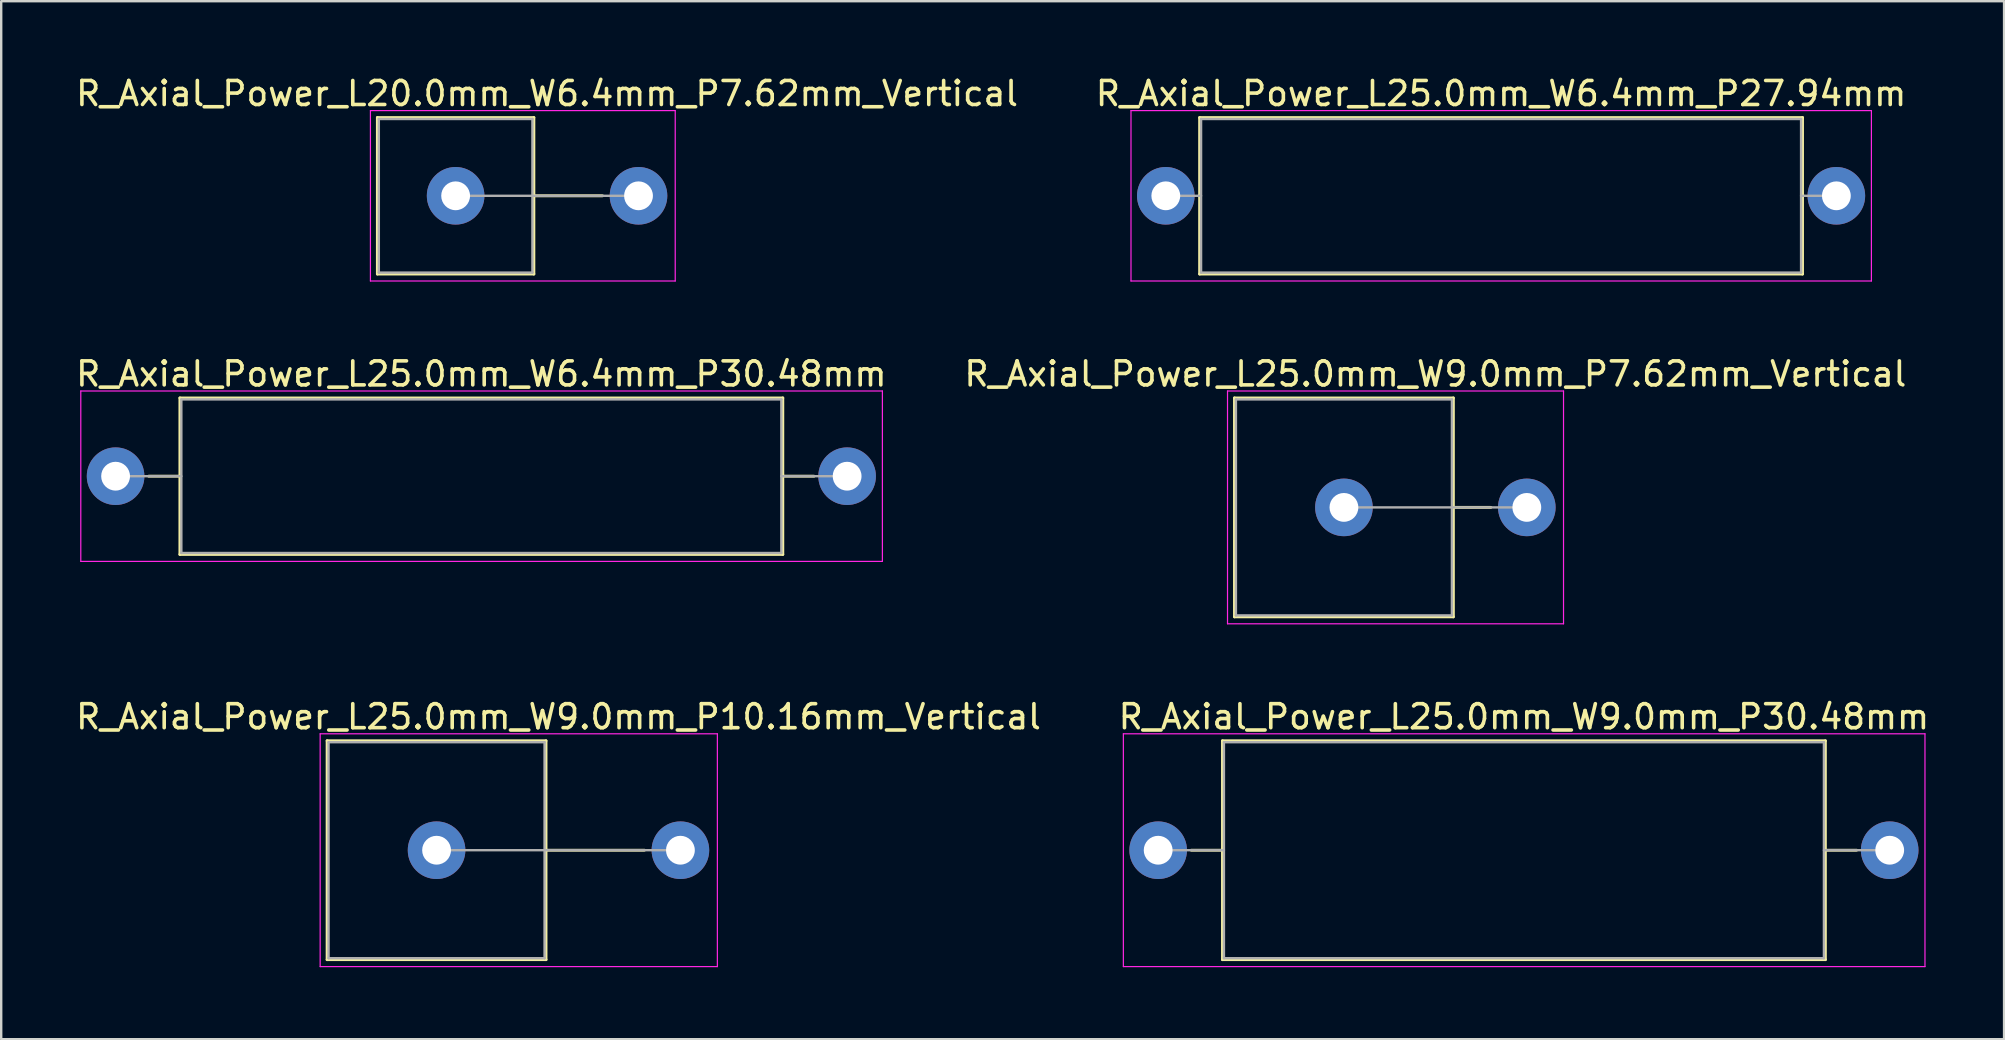
<source format=kicad_pcb>
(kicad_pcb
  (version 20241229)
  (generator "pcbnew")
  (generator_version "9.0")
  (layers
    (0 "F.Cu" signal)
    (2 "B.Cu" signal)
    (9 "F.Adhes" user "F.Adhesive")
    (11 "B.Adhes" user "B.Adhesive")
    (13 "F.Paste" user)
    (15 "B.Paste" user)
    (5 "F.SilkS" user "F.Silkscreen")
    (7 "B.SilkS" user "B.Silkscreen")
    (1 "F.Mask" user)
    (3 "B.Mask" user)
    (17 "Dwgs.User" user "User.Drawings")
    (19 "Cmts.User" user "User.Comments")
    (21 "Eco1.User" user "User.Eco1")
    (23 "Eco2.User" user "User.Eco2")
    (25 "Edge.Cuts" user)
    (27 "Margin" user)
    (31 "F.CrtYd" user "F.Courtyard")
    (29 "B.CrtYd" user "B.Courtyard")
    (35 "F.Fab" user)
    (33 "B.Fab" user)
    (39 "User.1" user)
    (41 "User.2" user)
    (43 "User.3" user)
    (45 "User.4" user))
  (footprint "R_Axial_Power_L25.0mm_W6.4mm_P30.48mm"
    (layer "F.Cu")
    (at 1.766 16.791)
    (property "Reference" "R_Axial_Power_L25.0mm_W6.4mm_P30.48mm" (at 15.24 -4.26 0) (layer "F.SilkS") (effects (font (size 1 1) (thickness 0.15))))
    (attr through_hole)
    (fp_line (start 1.38 0) (end 2.68 0) (stroke (width 0.12) (type solid)) (layer "F.SilkS"))
    (fp_line (start 2.68 -3.26) (end 2.68 3.26) (stroke (width 0.12) (type solid)) (layer "F.SilkS"))
    (fp_line (start 2.68 3.26) (end 27.8 3.26) (stroke (width 0.12) (type solid)) (layer "F.SilkS"))
    (fp_line (start 27.8 -3.26) (end 2.68 -3.26) (stroke (width 0.12) (type solid)) (layer "F.SilkS"))
    (fp_line (start 27.8 3.26) (end 27.8 -3.26) (stroke (width 0.12) (type solid)) (layer "F.SilkS"))
    (fp_line (start 29.1 0) (end 27.8 0) (stroke (width 0.12) (type solid)) (layer "F.SilkS"))
    (fp_line (start -1.45 -3.55) (end -1.45 3.55) (stroke (width 0.05) (type solid)) (layer "F.CrtYd"))
    (fp_line (start -1.45 3.55) (end 31.95 3.55) (stroke (width 0.05) (type solid)) (layer "F.CrtYd"))
    (fp_line (start 31.95 -3.55) (end -1.45 -3.55) (stroke (width 0.05) (type solid)) (layer "F.CrtYd"))
    (fp_line (start 31.95 3.55) (end 31.95 -3.55) (stroke (width 0.05) (type solid)) (layer "F.CrtYd"))
    (fp_line (start 0 0) (end 2.74 0) (stroke (width 0.1) (type solid)) (layer "F.Fab"))
    (fp_line (start 2.74 -3.2) (end 2.74 3.2) (stroke (width 0.1) (type solid)) (layer "F.Fab"))
    (fp_line (start 2.74 3.2) (end 27.74 3.2) (stroke (width 0.1) (type solid)) (layer "F.Fab"))
    (fp_line (start 27.74 -3.2) (end 2.74 -3.2) (stroke (width 0.1) (type solid)) (layer "F.Fab"))
    (fp_line (start 27.74 3.2) (end 27.74 -3.2) (stroke (width 0.1) (type solid)) (layer "F.Fab"))
    (fp_line (start 30.48 0) (end 27.74 0) (stroke (width 0.1) (type solid)) (layer "F.Fab"))
    (pad "1" thru_hole circle (at 0 0) (size 2.4 2.4) (drill 1.2) (layers "*.Cu" "*.Mask"))
    (pad "2" thru_hole oval (at 30.48 0) (size 2.4 2.4) (drill 1.2) (layers "*.Cu" "*.Mask")))
  (footprint "R_Axial_Power_L25.0mm_W9.0mm_P7.62mm_Vertical"
    (layer "F.Cu")
    (at 52.946 18.091)
    (property "Reference" "R_Axial_Power_L25.0mm_W9.0mm_P7.62mm_Vertical" (at 3.81 -5.56 0) (layer "F.SilkS") (effects (font (size 1 1) (thickness 0.15))))
    (attr through_hole)
    (fp_line (start -4.56 -4.56) (end -4.56 4.56) (stroke (width 0.12) (type solid)) (layer "F.SilkS"))
    (fp_line (start -4.56 4.56) (end 4.56 4.56) (stroke (width 0.12) (type solid)) (layer "F.SilkS"))
    (fp_line (start 4.56 -4.56) (end -4.56 -4.56) (stroke (width 0.12) (type solid)) (layer "F.SilkS"))
    (fp_line (start 4.56 0) (end 6.12 0) (stroke (width 0.12) (type solid)) (layer "F.SilkS"))
    (fp_line (start 4.56 4.56) (end 4.56 -4.56) (stroke (width 0.12) (type solid)) (layer "F.SilkS"))
    (fp_line (start -4.85 -4.85) (end -4.85 4.85) (stroke (width 0.05) (type solid)) (layer "F.CrtYd"))
    (fp_line (start -4.85 4.85) (end 9.15 4.85) (stroke (width 0.05) (type solid)) (layer "F.CrtYd"))
    (fp_line (start 9.15 -4.85) (end -4.85 -4.85) (stroke (width 0.05) (type solid)) (layer "F.CrtYd"))
    (fp_line (start 9.15 4.85) (end 9.15 -4.85) (stroke (width 0.05) (type solid)) (layer "F.CrtYd"))
    (fp_line (start -4.5 -4.5) (end -4.5 4.5) (stroke (width 0.1) (type solid)) (layer "F.Fab"))
    (fp_line (start -4.5 4.5) (end 4.5 4.5) (stroke (width 0.1) (type solid)) (layer "F.Fab"))
    (fp_line (start 0 0) (end 7.62 0) (stroke (width 0.1) (type solid)) (layer "F.Fab"))
    (fp_line (start 4.5 -4.5) (end -4.5 -4.5) (stroke (width 0.1) (type solid)) (layer "F.Fab"))
    (fp_line (start 4.5 4.5) (end 4.5 -4.5) (stroke (width 0.1) (type solid)) (layer "F.Fab"))
    (pad "1" thru_hole circle (at 0 0) (size 2.4 2.4) (drill 1.2) (layers "*.Cu" "*.Mask"))
    (pad "2" thru_hole oval (at 7.62 0) (size 2.4 2.4) (drill 1.2) (layers "*.Cu" "*.Mask")))
  (footprint "R_Axial_Power_L25.0mm_W6.4mm_P27.94mm"
    (layer "F.Cu")
    (at 45.524 5.108)
    (property "Reference" "R_Axial_Power_L25.0mm_W6.4mm_P27.94mm" (at 13.97 -4.26 0) (layer "F.SilkS") (effects (font (size 1 1) (thickness 0.15))))
    (attr through_hole)
    (fp_line (start 1.38 0) (end 1.41 0) (stroke (width 0.12) (type solid)) (layer "F.SilkS"))
    (fp_line (start 1.41 -3.26) (end 1.41 3.26) (stroke (width 0.12) (type solid)) (layer "F.SilkS"))
    (fp_line (start 1.41 3.26) (end 26.53 3.26) (stroke (width 0.12) (type solid)) (layer "F.SilkS"))
    (fp_line (start 26.53 -3.26) (end 1.41 -3.26) (stroke (width 0.12) (type solid)) (layer "F.SilkS"))
    (fp_line (start 26.53 3.26) (end 26.53 -3.26) (stroke (width 0.12) (type solid)) (layer "F.SilkS"))
    (fp_line (start 26.56 0) (end 26.53 0) (stroke (width 0.12) (type solid)) (layer "F.SilkS"))
    (fp_line (start -1.45 -3.55) (end -1.45 3.55) (stroke (width 0.05) (type solid)) (layer "F.CrtYd"))
    (fp_line (start -1.45 3.55) (end 29.4 3.55) (stroke (width 0.05) (type solid)) (layer "F.CrtYd"))
    (fp_line (start 29.4 -3.55) (end -1.45 -3.55) (stroke (width 0.05) (type solid)) (layer "F.CrtYd"))
    (fp_line (start 29.4 3.55) (end 29.4 -3.55) (stroke (width 0.05) (type solid)) (layer "F.CrtYd"))
    (fp_line (start 0 0) (end 1.47 0) (stroke (width 0.1) (type solid)) (layer "F.Fab"))
    (fp_line (start 1.47 -3.2) (end 1.47 3.2) (stroke (width 0.1) (type solid)) (layer "F.Fab"))
    (fp_line (start 1.47 3.2) (end 26.47 3.2) (stroke (width 0.1) (type solid)) (layer "F.Fab"))
    (fp_line (start 26.47 -3.2) (end 1.47 -3.2) (stroke (width 0.1) (type solid)) (layer "F.Fab"))
    (fp_line (start 26.47 3.2) (end 26.47 -3.2) (stroke (width 0.1) (type solid)) (layer "F.Fab"))
    (fp_line (start 27.94 0) (end 26.47 0) (stroke (width 0.1) (type solid)) (layer "F.Fab"))
    (pad "1" thru_hole circle (at 0 0) (size 2.4 2.4) (drill 1.2) (layers "*.Cu" "*.Mask"))
    (pad "2" thru_hole oval (at 27.94 0) (size 2.4 2.4) (drill 1.2) (layers "*.Cu" "*.Mask")))
  (footprint "R_Axial_Power_L25.0mm_W9.0mm_P10.16mm_Vertical"
    (layer "F.Cu")
    (at 15.14 32.375)
    (property "Reference" "R_Axial_Power_L25.0mm_W9.0mm_P10.16mm_Vertical" (at 5.08 -5.56 0) (layer "F.SilkS") (effects (font (size 1 1) (thickness 0.15))))
    (attr through_hole)
    (fp_line (start -4.56 -4.56) (end -4.56 4.56) (stroke (width 0.12) (type solid)) (layer "F.SilkS"))
    (fp_line (start -4.56 4.56) (end 4.56 4.56) (stroke (width 0.12) (type solid)) (layer "F.SilkS"))
    (fp_line (start 4.56 -4.56) (end -4.56 -4.56) (stroke (width 0.12) (type solid)) (layer "F.SilkS"))
    (fp_line (start 4.56 0) (end 8.66 0) (stroke (width 0.12) (type solid)) (layer "F.SilkS"))
    (fp_line (start 4.56 4.56) (end 4.56 -4.56) (stroke (width 0.12) (type solid)) (layer "F.SilkS"))
    (fp_line (start -4.85 -4.85) (end -4.85 4.85) (stroke (width 0.05) (type solid)) (layer "F.CrtYd"))
    (fp_line (start -4.85 4.85) (end 11.7 4.85) (stroke (width 0.05) (type solid)) (layer "F.CrtYd"))
    (fp_line (start 11.7 -4.85) (end -4.85 -4.85) (stroke (width 0.05) (type solid)) (layer "F.CrtYd"))
    (fp_line (start 11.7 4.85) (end 11.7 -4.85) (stroke (width 0.05) (type solid)) (layer "F.CrtYd"))
    (fp_line (start -4.5 -4.5) (end -4.5 4.5) (stroke (width 0.1) (type solid)) (layer "F.Fab"))
    (fp_line (start -4.5 4.5) (end 4.5 4.5) (stroke (width 0.1) (type solid)) (layer "F.Fab"))
    (fp_line (start 0 0) (end 10.16 0) (stroke (width 0.1) (type solid)) (layer "F.Fab"))
    (fp_line (start 4.5 -4.5) (end -4.5 -4.5) (stroke (width 0.1) (type solid)) (layer "F.Fab"))
    (fp_line (start 4.5 4.5) (end 4.5 -4.5) (stroke (width 0.1) (type solid)) (layer "F.Fab"))
    (pad "1" thru_hole circle (at 0 0) (size 2.4 2.4) (drill 1.2) (layers "*.Cu" "*.Mask"))
    (pad "2" thru_hole oval (at 10.16 0) (size 2.4 2.4) (drill 1.2) (layers "*.Cu" "*.Mask")))
  (footprint "R_Axial_Power_L20.0mm_W6.4mm_P7.62mm_Vertical"
    (layer "F.Cu")
    (at 15.934 5.108)
    (property "Reference" "R_Axial_Power_L20.0mm_W6.4mm_P7.62mm_Vertical" (at 3.81 -4.26 0) (layer "F.SilkS") (effects (font (size 1 1) (thickness 0.15))))
    (attr through_hole)
    (fp_line (start -3.26 -3.26) (end -3.26 3.26) (stroke (width 0.12) (type solid)) (layer "F.SilkS"))
    (fp_line (start -3.26 3.26) (end 3.26 3.26) (stroke (width 0.12) (type solid)) (layer "F.SilkS"))
    (fp_line (start 3.26 -3.26) (end -3.26 -3.26) (stroke (width 0.12) (type solid)) (layer "F.SilkS"))
    (fp_line (start 3.26 0) (end 6.12 0) (stroke (width 0.12) (type solid)) (layer "F.SilkS"))
    (fp_line (start 3.26 3.26) (end 3.26 -3.26) (stroke (width 0.12) (type solid)) (layer "F.SilkS"))
    (fp_line (start -3.55 -3.55) (end -3.55 3.55) (stroke (width 0.05) (type solid)) (layer "F.CrtYd"))
    (fp_line (start -3.55 3.55) (end 9.15 3.55) (stroke (width 0.05) (type solid)) (layer "F.CrtYd"))
    (fp_line (start 9.15 -3.55) (end -3.55 -3.55) (stroke (width 0.05) (type solid)) (layer "F.CrtYd"))
    (fp_line (start 9.15 3.55) (end 9.15 -3.55) (stroke (width 0.05) (type solid)) (layer "F.CrtYd"))
    (fp_line (start -3.2 -3.2) (end -3.2 3.2) (stroke (width 0.1) (type solid)) (layer "F.Fab"))
    (fp_line (start -3.2 3.2) (end 3.2 3.2) (stroke (width 0.1) (type solid)) (layer "F.Fab"))
    (fp_line (start 0 0) (end 7.62 0) (stroke (width 0.1) (type solid)) (layer "F.Fab"))
    (fp_line (start 3.2 -3.2) (end -3.2 -3.2) (stroke (width 0.1) (type solid)) (layer "F.Fab"))
    (fp_line (start 3.2 3.2) (end 3.2 -3.2) (stroke (width 0.1) (type solid)) (layer "F.Fab"))
    (pad "1" thru_hole circle (at 0 0) (size 2.4 2.4) (drill 1.2) (layers "*.Cu" "*.Mask"))
    (pad "2" thru_hole oval (at 7.62 0) (size 2.4 2.4) (drill 1.2) (layers "*.Cu" "*.Mask")))
  (footprint "R_Axial_Power_L25.0mm_W9.0mm_P30.48mm"
    (layer "F.Cu")
    (at 45.206 32.375)
    (property "Reference" "R_Axial_Power_L25.0mm_W9.0mm_P30.48mm" (at 15.24 -5.56 0) (layer "F.SilkS") (effects (font (size 1 1) (thickness 0.15))))
    (attr through_hole)
    (fp_line (start 1.38 0) (end 2.68 0) (stroke (width 0.12) (type solid)) (layer "F.SilkS"))
    (fp_line (start 2.68 -4.56) (end 2.68 4.56) (stroke (width 0.12) (type solid)) (layer "F.SilkS"))
    (fp_line (start 2.68 4.56) (end 27.8 4.56) (stroke (width 0.12) (type solid)) (layer "F.SilkS"))
    (fp_line (start 27.8 -4.56) (end 2.68 -4.56) (stroke (width 0.12) (type solid)) (layer "F.SilkS"))
    (fp_line (start 27.8 4.56) (end 27.8 -4.56) (stroke (width 0.12) (type solid)) (layer "F.SilkS"))
    (fp_line (start 29.1 0) (end 27.8 0) (stroke (width 0.12) (type solid)) (layer "F.SilkS"))
    (fp_line (start -1.45 -4.85) (end -1.45 4.85) (stroke (width 0.05) (type solid)) (layer "F.CrtYd"))
    (fp_line (start -1.45 4.85) (end 31.95 4.85) (stroke (width 0.05) (type solid)) (layer "F.CrtYd"))
    (fp_line (start 31.95 -4.85) (end -1.45 -4.85) (stroke (width 0.05) (type solid)) (layer "F.CrtYd"))
    (fp_line (start 31.95 4.85) (end 31.95 -4.85) (stroke (width 0.05) (type solid)) (layer "F.CrtYd"))
    (fp_line (start 0 0) (end 2.74 0) (stroke (width 0.1) (type solid)) (layer "F.Fab"))
    (fp_line (start 2.74 -4.5) (end 2.74 4.5) (stroke (width 0.1) (type solid)) (layer "F.Fab"))
    (fp_line (start 2.74 4.5) (end 27.74 4.5) (stroke (width 0.1) (type solid)) (layer "F.Fab"))
    (fp_line (start 27.74 -4.5) (end 2.74 -4.5) (stroke (width 0.1) (type solid)) (layer "F.Fab"))
    (fp_line (start 27.74 4.5) (end 27.74 -4.5) (stroke (width 0.1) (type solid)) (layer "F.Fab"))
    (fp_line (start 30.48 0) (end 27.74 0) (stroke (width 0.1) (type solid)) (layer "F.Fab"))
    (pad "1" thru_hole circle (at 0 0) (size 2.4 2.4) (drill 1.2) (layers "*.Cu" "*.Mask"))
    (pad "2" thru_hole oval (at 30.48 0) (size 2.4 2.4) (drill 1.2) (layers "*.Cu" "*.Mask")))
  (gr_rect
    (start -3 -3)
    (end 80.452 40.25)
    (stroke (width 0.1) (type default))
    (fill no)
    (layer "Edge.Cuts")))
</source>
